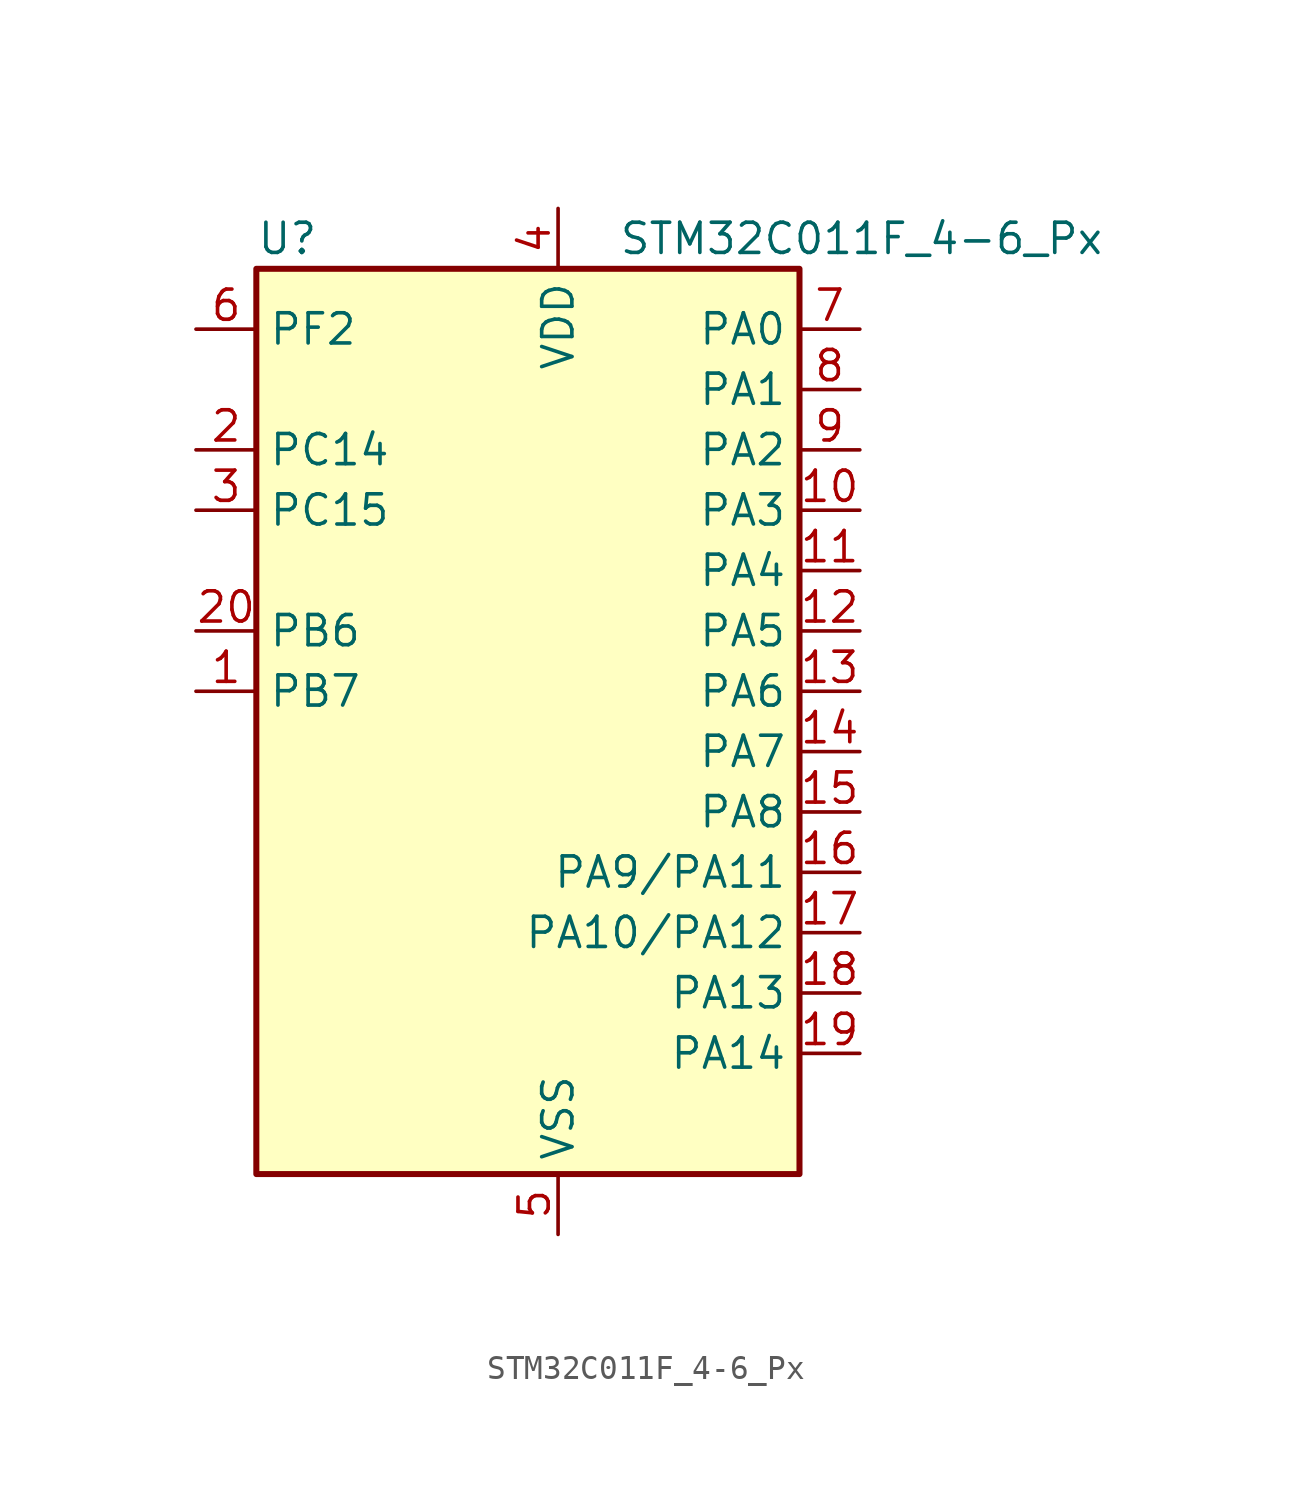
<source format=kicad_sym>
(kicad_symbol_lib
  (version 20211014)
  (generator kicad-library-utils)
  (symbol "STM32C011F_4-6_Px"
    (property "Reference" "U"
      (at -10.16 21.59 0)
      (effects (font (size 1.27 1.27)) (justify left)))
    (property "Value" "STM32C011F_4-6_Px"
      (at 5.08 21.59 0)
      (effects (font (size 1.27 1.27)) (justify left)))
    (property "ki_fp_filters" "TSSOP*4.4x6.5mm*P0.65mm*"
      (at 0.0 0.0 0.0)
      (effects (font (size 1.27 1.27))))
    (symbol "STM32C011F_4-6_Px_0_1"
      (rectangle (start -10.16 -17.78) (end 12.7 20.32) (stroke (width 0.254)) (fill (type background))))
    (symbol "STM32C011F_4-6_Px_1_1"
      (pin bidirectional line (at -12.7 17.78 0) (length 2.54) (name "PF2" (effects (font (size 1.27 1.27)))) (number "6" (effects (font (size 1.27 1.27)))) (alternate "RCC_MCO" bidirectional line) (alternate "TIM1_CH4" bidirectional line))
      (pin bidirectional line (at -12.7 12.7 0) (length 2.54) (name "PC14" (effects (font (size 1.27 1.27)))) (number "2" (effects (font (size 1.27 1.27)))) (alternate "I2C1_SDA" bidirectional line) (alternate "IR_OUT" bidirectional line) (alternate "RCC_OSCX_IN" bidirectional line) (alternate "TIM17_CH1" bidirectional line) (alternate "TIM1_BKIN2" bidirectional line) (alternate "TIM1_ETR" bidirectional line) (alternate "TIM3_CH2" bidirectional line) (alternate "USART1_TX" bidirectional line) (alternate "USART2_CK" bidirectional line) (alternate "USART2_DE" bidirectional line) (alternate "USART2_RTS" bidirectional line))
      (pin bidirectional line (at -12.7 10.16 0) (length 2.54) (name "PC15" (effects (font (size 1.27 1.27)))) (number "3" (effects (font (size 1.27 1.27)))) (alternate "RCC_OSC32_EN" bidirectional line) (alternate "RCC_OSCX_OUT" bidirectional line) (alternate "RCC_OSC_EN" bidirectional line) (alternate "TIM1_ETR" bidirectional line) (alternate "TIM3_CH3" bidirectional line))
      (pin bidirectional line (at -12.7 5.08 0) (length 2.54) (name "PB6" (effects (font (size 1.27 1.27)))) (number "20" (effects (font (size 1.27 1.27)))) (alternate "I2C1_SCL" bidirectional line) (alternate "I2C1_SMBA" bidirectional line) (alternate "I2S1_CK" bidirectional line) (alternate "I2S1_MCK" bidirectional line) (alternate "I2S1_SD" bidirectional line) (alternate "PWR_WKUP3" bidirectional line) (alternate "SPI1_MISO" bidirectional line) (alternate "SPI1_MOSI" bidirectional line) (alternate "SPI1_SCK" bidirectional line) (alternate "TIM16_BKIN" bidirectional line) (alternate "TIM16_CH1N" bidirectional line) (alternate "TIM17_BKIN" bidirectional line) (alternate "TIM1_CH2" bidirectional line) (alternate "TIM1_CH3" bidirectional line) (alternate "TIM3_CH1" bidirectional line) (alternate "TIM3_CH2" bidirectional line) (alternate "TIM3_CH3" bidirectional line) (alternate "USART1_CK" bidirectional line) (alternate "USART1_CTS" bidirectional line) (alternate "USART1_DE" bidirectional line) (alternate "USART1_NSS" bidirectional line) (alternate "USART1_RTS" bidirectional line) (alternate "USART1_TX" bidirectional line))
      (pin bidirectional line (at -12.7 2.54 0) (length 2.54) (name "PB7" (effects (font (size 1.27 1.27)))) (number "1" (effects (font (size 1.27 1.27)))) (alternate "I2C1_SCL" bidirectional line) (alternate "I2C1_SDA" bidirectional line) (alternate "RTC_REFIN" bidirectional line) (alternate "TIM16_CH1" bidirectional line) (alternate "TIM17_CH1N" bidirectional line) (alternate "TIM1_CH4" bidirectional line) (alternate "TIM3_CH1" bidirectional line) (alternate "TIM3_CH4" bidirectional line) (alternate "USART1_RX" bidirectional line) (alternate "USART2_CTS" bidirectional line) (alternate "USART2_NSS" bidirectional line))
      (pin bidirectional line (at 15.24 17.78 180) (length 2.54) (name "PA0" (effects (font (size 1.27 1.27)))) (number "7" (effects (font (size 1.27 1.27)))) (alternate "ADC1_IN0" bidirectional line) (alternate "PWR_WKUP1" bidirectional line) (alternate "TIM16_CH1" bidirectional line) (alternate "TIM1_CH1" bidirectional line) (alternate "USART1_TX" bidirectional line) (alternate "USART2_CTS" bidirectional line) (alternate "USART2_NSS" bidirectional line))
      (pin bidirectional line (at 15.24 15.24 180) (length 2.54) (name "PA1" (effects (font (size 1.27 1.27)))) (number "8" (effects (font (size 1.27 1.27)))) (alternate "ADC1_IN1" bidirectional line) (alternate "I2C1_SMBA" bidirectional line) (alternate "I2S1_CK" bidirectional line) (alternate "SPI1_SCK" bidirectional line) (alternate "TIM17_CH1" bidirectional line) (alternate "TIM1_CH2" bidirectional line) (alternate "USART1_RX" bidirectional line) (alternate "USART2_CK" bidirectional line) (alternate "USART2_DE" bidirectional line) (alternate "USART2_RTS" bidirectional line))
      (pin bidirectional line (at 15.24 12.7 180) (length 2.54) (name "PA2" (effects (font (size 1.27 1.27)))) (number "9" (effects (font (size 1.27 1.27)))) (alternate "ADC1_IN2" bidirectional line) (alternate "I2S1_SD" bidirectional line) (alternate "PWR_WKUP4" bidirectional line) (alternate "RCC_LSCO" bidirectional line) (alternate "SPI1_MOSI" bidirectional line) (alternate "TIM16_CH1N" bidirectional line) (alternate "TIM1_CH3" bidirectional line) (alternate "TIM3_ETR" bidirectional line) (alternate "USART2_TX" bidirectional line))
      (pin bidirectional line (at 15.24 10.16 180) (length 2.54) (name "PA3" (effects (font (size 1.27 1.27)))) (number "10" (effects (font (size 1.27 1.27)))) (alternate "ADC1_IN3" bidirectional line) (alternate "TIM1_CH1N" bidirectional line) (alternate "TIM1_CH4" bidirectional line) (alternate "USART2_RX" bidirectional line))
      (pin bidirectional line (at 15.24 7.62 180) (length 2.54) (name "PA4" (effects (font (size 1.27 1.27)))) (number "11" (effects (font (size 1.27 1.27)))) (alternate "ADC1_IN4" bidirectional line) (alternate "I2S1_WS" bidirectional line) (alternate "PWR_WKUP2" bidirectional line) (alternate "RTC_OUT1" bidirectional line) (alternate "RTC_TS" bidirectional line) (alternate "SPI1_NSS" bidirectional line) (alternate "TIM14_CH1" bidirectional line) (alternate "TIM17_CH1N" bidirectional line) (alternate "TIM1_CH2N" bidirectional line) (alternate "USART2_TX" bidirectional line))
      (pin bidirectional line (at 15.24 5.08 180) (length 2.54) (name "PA5" (effects (font (size 1.27 1.27)))) (number "12" (effects (font (size 1.27 1.27)))) (alternate "ADC1_IN5" bidirectional line) (alternate "I2S1_CK" bidirectional line) (alternate "SPI1_SCK" bidirectional line) (alternate "TIM1_CH1" bidirectional line) (alternate "TIM1_CH3N" bidirectional line) (alternate "USART2_RX" bidirectional line))
      (pin bidirectional line (at 15.24 2.54 180) (length 2.54) (name "PA6" (effects (font (size 1.27 1.27)))) (number "13" (effects (font (size 1.27 1.27)))) (alternate "ADC1_IN6" bidirectional line) (alternate "I2S1_MCK" bidirectional line) (alternate "SPI1_MISO" bidirectional line) (alternate "TIM16_CH1" bidirectional line) (alternate "TIM1_BKIN" bidirectional line) (alternate "TIM3_CH1" bidirectional line))
      (pin bidirectional line (at 15.24 0.0 180) (length 2.54) (name "PA7" (effects (font (size 1.27 1.27)))) (number "14" (effects (font (size 1.27 1.27)))) (alternate "ADC1_IN7" bidirectional line) (alternate "I2S1_SD" bidirectional line) (alternate "SPI1_MOSI" bidirectional line) (alternate "TIM14_CH1" bidirectional line) (alternate "TIM17_CH1" bidirectional line) (alternate "TIM1_CH1N" bidirectional line) (alternate "TIM3_CH2" bidirectional line))
      (pin bidirectional line (at 15.24 -2.54 180) (length 2.54) (name "PA8" (effects (font (size 1.27 1.27)))) (number "15" (effects (font (size 1.27 1.27)))) (alternate "ADC1_IN8" bidirectional line) (alternate "I2S1_WS" bidirectional line) (alternate "RCC_MCO" bidirectional line) (alternate "RCC_MCO_2" bidirectional line) (alternate "SPI1_NSS" bidirectional line) (alternate "TIM14_CH1" bidirectional line) (alternate "TIM1_CH1" bidirectional line) (alternate "TIM1_CH2N" bidirectional line) (alternate "TIM1_CH3N" bidirectional line) (alternate "TIM3_CH3" bidirectional line) (alternate "TIM3_CH4" bidirectional line) (alternate "USART1_RX" bidirectional line) (alternate "USART2_TX" bidirectional line))
      (pin bidirectional line (at 15.24 -5.08 180) (length 2.54) (name "PA9/PA11" (effects (font (size 1.27 1.27)))) (number "16" (effects (font (size 1.27 1.27)))) (alternate "I2C1_SCL" bidirectional line) (alternate "RCC_MCO" bidirectional line) (alternate "TIM1_CH2" bidirectional line) (alternate "TIM3_ETR" bidirectional line) (alternate "USART1_TX" bidirectional line))
      (pin bidirectional line (at 15.24 -7.62 180) (length 2.54) (name "PA10/PA12" (effects (font (size 1.27 1.27)))) (number "17" (effects (font (size 1.27 1.27)))) (alternate "I2C1_SDA" bidirectional line) (alternate "RCC_MCO_2" bidirectional line) (alternate "TIM17_BKIN" bidirectional line) (alternate "TIM1_CH3" bidirectional line) (alternate "USART1_RX" bidirectional line))
      (pin bidirectional line (at 15.24 -10.16 180) (length 2.54) (name "PA13" (effects (font (size 1.27 1.27)))) (number "18" (effects (font (size 1.27 1.27)))) (alternate "ADC1_IN13" bidirectional line) (alternate "DEBUG_SWDIO" bidirectional line) (alternate "IR_OUT" bidirectional line) (alternate "TIM3_ETR" bidirectional line) (alternate "USART2_RX" bidirectional line))
      (pin bidirectional line (at 15.24 -12.7 180) (length 2.54) (name "PA14" (effects (font (size 1.27 1.27)))) (number "19" (effects (font (size 1.27 1.27)))) (alternate "ADC1_IN14" bidirectional line) (alternate "DEBUG_SWCLK" bidirectional line) (alternate "I2S1_WS" bidirectional line) (alternate "RCC_MCO_2" bidirectional line) (alternate "SPI1_NSS" bidirectional line) (alternate "TIM1_CH1" bidirectional line) (alternate "USART1_CK" bidirectional line) (alternate "USART1_DE" bidirectional line) (alternate "USART1_RTS" bidirectional line) (alternate "USART2_RX" bidirectional line) (alternate "USART2_TX" bidirectional line))
      (pin power_in line (at 2.54 22.86 270) (length 2.54) (name "VDD" (effects (font (size 1.27 1.27)))) (number "4" (effects (font (size 1.27 1.27)))))
      (pin power_in line (at 2.54 -20.32 90) (length 2.54) (name "VSS" (effects (font (size 1.27 1.27)))) (number "5" (effects (font (size 1.27 1.27))))))))
</source>
